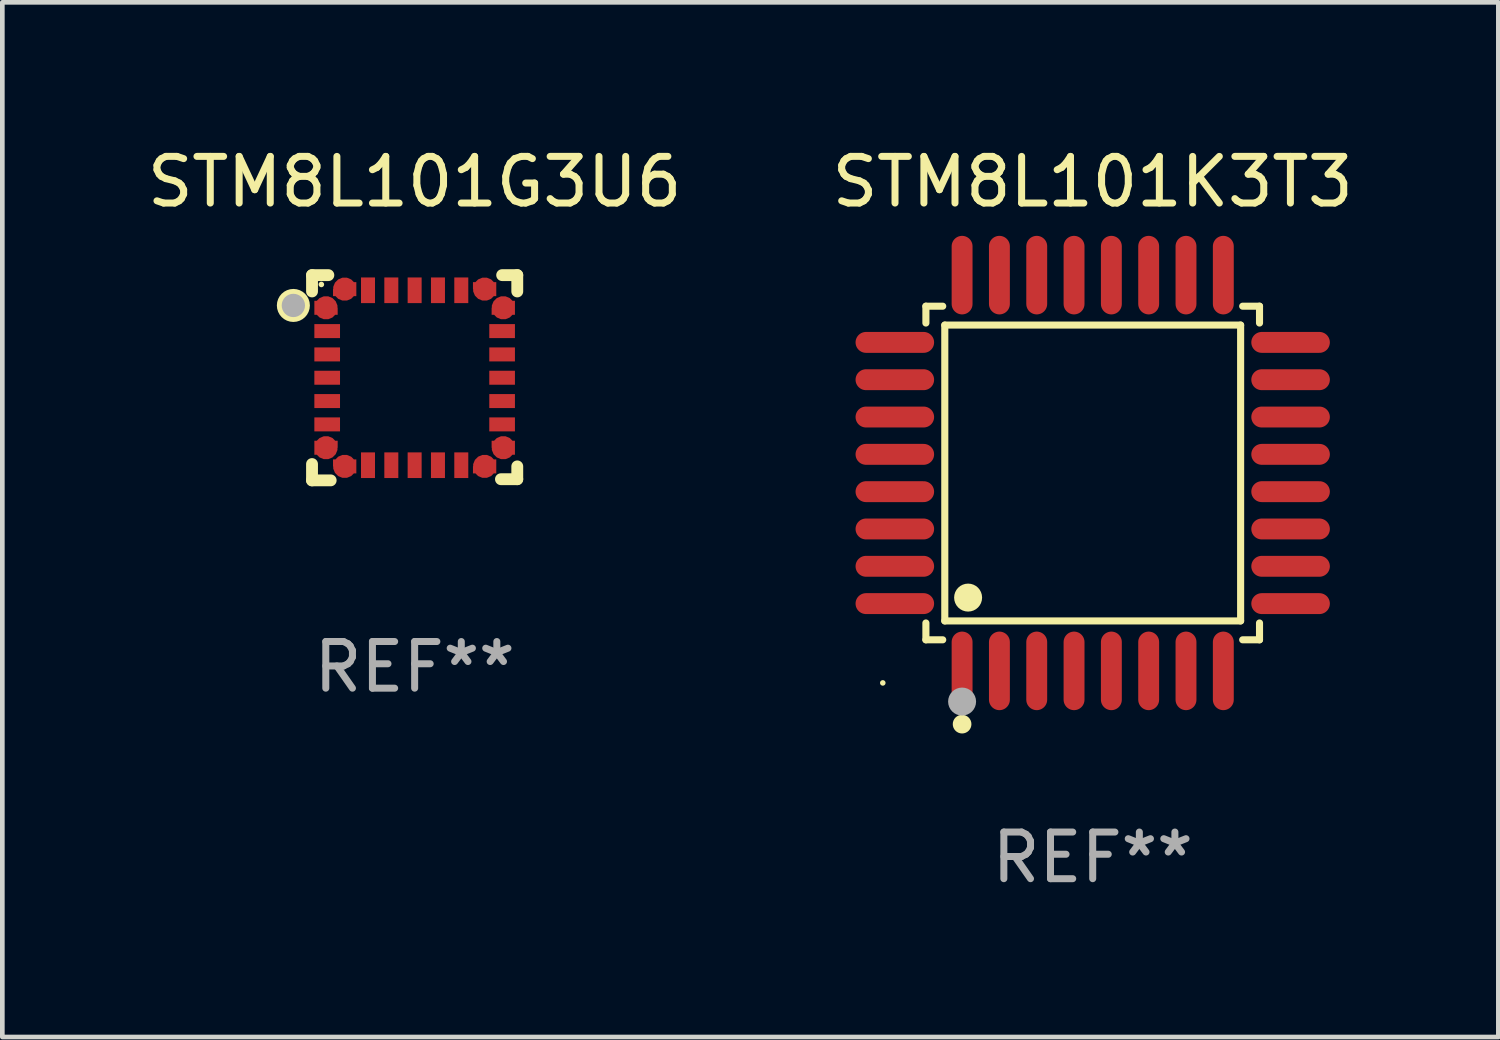
<source format=kicad_pcb>
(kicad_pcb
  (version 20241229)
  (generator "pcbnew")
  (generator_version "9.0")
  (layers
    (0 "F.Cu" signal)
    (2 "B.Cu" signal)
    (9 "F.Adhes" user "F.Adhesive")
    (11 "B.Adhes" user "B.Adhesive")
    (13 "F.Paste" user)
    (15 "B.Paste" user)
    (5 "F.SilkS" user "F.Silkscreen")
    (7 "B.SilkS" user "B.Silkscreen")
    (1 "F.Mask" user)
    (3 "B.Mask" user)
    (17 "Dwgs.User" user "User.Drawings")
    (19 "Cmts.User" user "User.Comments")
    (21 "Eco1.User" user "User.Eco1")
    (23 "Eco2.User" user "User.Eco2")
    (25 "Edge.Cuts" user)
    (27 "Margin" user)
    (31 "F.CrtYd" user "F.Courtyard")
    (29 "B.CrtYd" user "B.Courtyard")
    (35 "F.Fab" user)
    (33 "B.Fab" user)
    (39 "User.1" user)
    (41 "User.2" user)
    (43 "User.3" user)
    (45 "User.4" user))
  (footprint "STM8L101G3U6"
    (layer "F.Cu")
    (at 5.839 5.048)
    (property "Reference" "STM8L101G3U6" (at 0 -4.2 0) (layer "F.SilkS") (effects (font (size 1 1) (thickness 0.15))))
    (attr through_hole)
    (fp_line (start -2.2 1.85) (end -2.2 2.2) (stroke (width 0.254) (type solid)) (layer "F.SilkS"))
    (fp_line (start -2.2 2.2) (end -1.8 2.2) (stroke (width 0.254) (type solid)) (layer "F.SilkS"))
    (fp_line (start -2.2 -2.2) (end -2.2 -1.85) (stroke (width 0.254) (type solid)) (layer "F.SilkS"))
    (fp_line (start -1.85 -2.2) (end -2.2 -2.2) (stroke (width 0.254) (type solid)) (layer "F.SilkS"))
    (fp_line (start 1.876 -2.2) (end 2.2 -2.2) (stroke (width 0.254) (type solid)) (layer "F.SilkS"))
    (fp_line (start 2.2 -2.2) (end 2.2 -1.85) (stroke (width 0.254) (type solid)) (layer "F.SilkS"))
    (fp_line (start 2.2 1.9) (end 2.2 2.175) (stroke (width 0.254) (type solid)) (layer "F.SilkS"))
    (fp_line (start 2.2 2.175) (end 1.85 2.175) (stroke (width 0.254) (type solid)) (layer "F.SilkS"))
    (fp_circle (center -2.6 -1.55) (end -2.5 -1.55) (stroke (width 0.254) (type solid)) (fill no) (layer "F.SilkS"))
    (fp_circle (center -2 -2) (end -1.97 -2) (stroke (width 0.06) (type solid)) (fill no) (layer "F.SilkS"))
    (fp_circle (center -2.6 -1.55) (end -2.475 -1.55) (stroke (width 0.25) (type solid)) (fill no) (layer "F.Fab"))
    (fp_text user "REF**" (at 0 6.2 0) (layer "F.Fab") (effects (font (size 1 1) (thickness 0.15))))
    (pad "1" smd custom (at -1.9 -1.5) (size 0.5 0.3) (layers "F.Cu" "F.Mask" "F.Paste") (options (anchor circle)) (primitives (gr_poly (pts (xy -0.25 0.15) (xy 0.25 0.15) (xy 0.25 -0.000076) (xy 0.1 -0.15) (xy -0.25 -0.15)) (width 0) (fill yes))))
    (pad "2" smd rect (at -1.875 -1 90) (size 0.3 0.55) (layers "F.Cu" "F.Mask" "F.Paste"))
    (pad "3" smd rect (at -1.875 -0.5 90) (size 0.3 0.55) (layers "F.Cu" "F.Mask" "F.Paste"))
    (pad "4" smd rect (at -1.875 -0.000152 90) (size 0.3 0.55) (layers "F.Cu" "F.Mask" "F.Paste"))
    (pad "5" smd rect (at -1.875 0.5 90) (size 0.3 0.55) (layers "F.Cu" "F.Mask" "F.Paste"))
    (pad "6" smd rect (at -1.875 1 90) (size 0.3 0.55) (layers "F.Cu" "F.Mask" "F.Paste"))
    (pad "7" smd custom (at -1.9 1.5) (size 0.5 0.3) (layers "F.Cu" "F.Mask" "F.Paste") (options (anchor circle)) (primitives (gr_poly (pts (xy -0.25 -0.15) (xy 0.25 -0.15) (xy 0.25 -0.000102) (xy 0.1 0.15) (xy -0.25 0.15)) (width 0) (fill yes))))
    (pad "8" smd custom (at -1.5 1.9 90) (size 0.5 0.3) (layers "F.Cu" "F.Mask" "F.Paste") (options (anchor circle)) (primitives (gr_poly (pts (xy 0.15 0.25) (xy 0.15 -0.25) (xy -0.000127 -0.25) (xy -0.15 -0.1) (xy -0.15 0.25)) (width 0) (fill yes))))
    (pad "9" smd rect (at -1 1.875) (size 0.3 0.55) (layers "F.Cu" "F.Mask" "F.Paste"))
    (pad "10" smd rect (at -0.5 1.875) (size 0.3 0.55) (layers "F.Cu" "F.Mask" "F.Paste"))
    (pad "11" smd rect (at -0.000152 1.875) (size 0.3 0.55) (layers "F.Cu" "F.Mask" "F.Paste"))
    (pad "12" smd rect (at 0.5 1.875) (size 0.3 0.55) (layers "F.Cu" "F.Mask" "F.Paste"))
    (pad "13" smd rect (at 1 1.875) (size 0.3 0.55) (layers "F.Cu" "F.Mask" "F.Paste"))
    (pad "14" smd custom (at 1.5 1.9 90) (size 0.5 0.3) (layers "F.Cu" "F.Mask" "F.Paste") (options (anchor circle)) (primitives (gr_poly (pts (xy -0.15 0.25) (xy -0.15 -0.25) (xy -0.000051 -0.25) (xy 0.15 -0.1) (xy 0.15 0.25)) (width 0) (fill yes))))
    (pad "15" smd custom (at 1.9 1.5) (size 0.5 0.3) (layers "F.Cu" "F.Mask" "F.Paste") (options (anchor circle)) (primitives (gr_poly (pts (xy 0.25 -0.15) (xy -0.25 -0.15) (xy -0.25 -0.000076) (xy -0.1 0.15) (xy 0.25 0.15)) (width 0) (fill yes))))
    (pad "16" smd rect (at 1.875 1 90) (size 0.3 0.55) (layers "F.Cu" "F.Mask" "F.Paste"))
    (pad "17" smd rect (at 1.875 0.5 90) (size 0.3 0.55) (layers "F.Cu" "F.Mask" "F.Paste"))
    (pad "18" smd rect (at 1.875 -0.000152 90) (size 0.3 0.55) (layers "F.Cu" "F.Mask" "F.Paste"))
    (pad "19" smd rect (at 1.875 -0.5 90) (size 0.3 0.55) (layers "F.Cu" "F.Mask" "F.Paste"))
    (pad "20" smd rect (at 1.875 -1 90) (size 0.3 0.55) (layers "F.Cu" "F.Mask" "F.Paste"))
    (pad "21" smd custom (at 1.9 -1.5) (size 0.5 0.3) (layers "F.Cu" "F.Mask" "F.Paste") (options (anchor circle)) (primitives (gr_poly (pts (xy 0.25 0.15) (xy -0.25 0.15) (xy -0.25 -0.000102) (xy -0.1 -0.15) (xy 0.25 -0.15)) (width 0) (fill yes))))
    (pad "22" smd custom (at 1.5 -1.9 270) (size 0.5 0.3) (layers "F.Cu" "F.Mask" "F.Paste") (options (anchor circle)) (primitives (gr_poly (pts (xy -0.15 -0.25) (xy -0.15 0.25) (xy 0.000025 0.25) (xy 0.15 0.1) (xy 0.15 -0.25)) (width 0) (fill yes))))
    (pad "23" smd rect (at 1 -1.875) (size 0.3 0.55) (layers "F.Cu" "F.Mask" "F.Paste"))
    (pad "24" smd rect (at 0.5 -1.875) (size 0.3 0.55) (layers "F.Cu" "F.Mask" "F.Paste"))
    (pad "25" smd rect (at -0.000152 -1.875) (size 0.3 0.55) (layers "F.Cu" "F.Mask" "F.Paste"))
    (pad "26" smd rect (at -0.5 -1.875) (size 0.3 0.55) (layers "F.Cu" "F.Mask" "F.Paste"))
    (pad "27" smd rect (at -1 -1.875) (size 0.3 0.55) (layers "F.Cu" "F.Mask" "F.Paste"))
    (pad "28" smd custom (at -1.5 -1.9 270) (size 0.5 0.3) (layers "F.Cu" "F.Mask" "F.Paste") (options (anchor circle)) (primitives (gr_poly (pts (xy 0.15 -0.25) (xy 0.15 0.25) (xy -0.000127 0.25) (xy -0.15 0.1) (xy -0.15 -0.25)) (width 0) (fill yes)))))
  (footprint "STM8L101K3T3"
    (layer "F.Cu")
    (at 20.375 7.09)
    (property "Reference" "STM8L101K3T3" (at 0 -6.242 0) (layer "F.SilkS") (effects (font (size 1 1) (thickness 0.15))))
    (attr through_hole)
    (fp_line (start -3.576 -3.576) (end -3.215 -3.576) (stroke (width 0.152) (type solid)) (layer "F.SilkS"))
    (fp_line (start -3.576 -3.215) (end -3.576 -3.576) (stroke (width 0.152) (type solid)) (layer "F.SilkS"))
    (fp_line (start -3.576 3.215) (end -3.576 3.576) (stroke (width 0.152) (type solid)) (layer "F.SilkS"))
    (fp_line (start -3.576 3.576) (end -3.215 3.576) (stroke (width 0.152) (type solid)) (layer "F.SilkS"))
    (fp_line (start -3.171 -3.171) (end 3.171 -3.171) (stroke (width 0.152) (type solid)) (layer "F.SilkS"))
    (fp_line (start -3.171 3.171) (end -3.171 -3.171) (stroke (width 0.152) (type solid)) (layer "F.SilkS"))
    (fp_line (start 3.171 -3.171) (end 3.171 3.171) (stroke (width 0.152) (type solid)) (layer "F.SilkS"))
    (fp_line (start 3.171 3.171) (end -3.171 3.171) (stroke (width 0.152) (type solid)) (layer "F.SilkS"))
    (fp_line (start 3.576 -3.576) (end 3.215 -3.576) (stroke (width 0.152) (type solid)) (layer "F.SilkS"))
    (fp_line (start 3.576 -3.215) (end 3.576 -3.576) (stroke (width 0.152) (type solid)) (layer "F.SilkS"))
    (fp_line (start 3.576 3.215) (end 3.576 3.576) (stroke (width 0.152) (type solid)) (layer "F.SilkS"))
    (fp_line (start 3.576 3.576) (end 3.215 3.576) (stroke (width 0.152) (type solid)) (layer "F.SilkS"))
    (fp_circle (center -4.5 4.5) (end -4.47 4.5) (stroke (width 0.06) (type solid)) (fill no) (layer "F.SilkS"))
    (fp_circle (center -2.8 5.384) (end -2.7 5.384) (stroke (width 0.2) (type solid)) (fill no) (layer "F.SilkS"))
    (fp_circle (center -2.671 2.671) (end -2.521 2.671) (stroke (width 0.3) (type solid)) (fill no) (layer "F.SilkS"))
    (fp_circle (center -2.8 4.9) (end -2.65 4.9) (stroke (width 0.3) (type solid)) (fill no) (layer "F.Fab"))
    (fp_text user "REF**" (at 0 8.242 0) (layer "F.Fab") (effects (font (size 1 1) (thickness 0.15))))
    (pad "1" smd oval (at -2.8 4.242) (size 0.448 1.684) (layers "F.Cu" "F.Mask" "F.Paste"))
    (pad "2" smd oval (at -2 4.242) (size 0.448 1.684) (layers "F.Cu" "F.Mask" "F.Paste"))
    (pad "3" smd oval (at -1.2 4.242) (size 0.448 1.684) (layers "F.Cu" "F.Mask" "F.Paste"))
    (pad "4" smd oval (at -0.4 4.242) (size 0.448 1.684) (layers "F.Cu" "F.Mask" "F.Paste"))
    (pad "5" smd oval (at 0.4 4.242) (size 0.448 1.684) (layers "F.Cu" "F.Mask" "F.Paste"))
    (pad "6" smd oval (at 1.2 4.242) (size 0.448 1.684) (layers "F.Cu" "F.Mask" "F.Paste"))
    (pad "7" smd oval (at 2 4.242) (size 0.448 1.684) (layers "F.Cu" "F.Mask" "F.Paste"))
    (pad "8" smd oval (at 2.8 4.242) (size 0.448 1.684) (layers "F.Cu" "F.Mask" "F.Paste"))
    (pad "9" smd oval (at 4.242 2.8) (size 1.684 0.448) (layers "F.Cu" "F.Mask" "F.Paste"))
    (pad "10" smd oval (at 4.242 2) (size 1.684 0.448) (layers "F.Cu" "F.Mask" "F.Paste"))
    (pad "11" smd oval (at 4.242 1.2) (size 1.684 0.448) (layers "F.Cu" "F.Mask" "F.Paste"))
    (pad "12" smd oval (at 4.242 0.4) (size 1.684 0.448) (layers "F.Cu" "F.Mask" "F.Paste"))
    (pad "13" smd oval (at 4.242 -0.4) (size 1.684 0.448) (layers "F.Cu" "F.Mask" "F.Paste"))
    (pad "14" smd oval (at 4.242 -1.2) (size 1.684 0.448) (layers "F.Cu" "F.Mask" "F.Paste"))
    (pad "15" smd oval (at 4.242 -2) (size 1.684 0.448) (layers "F.Cu" "F.Mask" "F.Paste"))
    (pad "16" smd oval (at 4.242 -2.8) (size 1.684 0.448) (layers "F.Cu" "F.Mask" "F.Paste"))
    (pad "17" smd oval (at 2.8 -4.242) (size 0.448 1.684) (layers "F.Cu" "F.Mask" "F.Paste"))
    (pad "18" smd oval (at 2 -4.242) (size 0.448 1.684) (layers "F.Cu" "F.Mask" "F.Paste"))
    (pad "19" smd oval (at 1.2 -4.242) (size 0.448 1.684) (layers "F.Cu" "F.Mask" "F.Paste"))
    (pad "20" smd oval (at 0.4 -4.242) (size 0.448 1.684) (layers "F.Cu" "F.Mask" "F.Paste"))
    (pad "21" smd oval (at -0.4 -4.242) (size 0.448 1.684) (layers "F.Cu" "F.Mask" "F.Paste"))
    (pad "22" smd oval (at -1.2 -4.242) (size 0.448 1.684) (layers "F.Cu" "F.Mask" "F.Paste"))
    (pad "23" smd oval (at -2 -4.242) (size 0.448 1.684) (layers "F.Cu" "F.Mask" "F.Paste"))
    (pad "24" smd oval (at -2.8 -4.242) (size 0.448 1.684) (layers "F.Cu" "F.Mask" "F.Paste"))
    (pad "25" smd oval (at -4.242 -2.8) (size 1.684 0.448) (layers "F.Cu" "F.Mask" "F.Paste"))
    (pad "26" smd oval (at -4.242 -2) (size 1.684 0.448) (layers "F.Cu" "F.Mask" "F.Paste"))
    (pad "27" smd oval (at -4.242 -1.2) (size 1.684 0.448) (layers "F.Cu" "F.Mask" "F.Paste"))
    (pad "28" smd oval (at -4.242 -0.4) (size 1.684 0.448) (layers "F.Cu" "F.Mask" "F.Paste"))
    (pad "29" smd oval (at -4.242 0.4) (size 1.684 0.448) (layers "F.Cu" "F.Mask" "F.Paste"))
    (pad "30" smd oval (at -4.242 1.2) (size 1.684 0.448) (layers "F.Cu" "F.Mask" "F.Paste"))
    (pad "31" smd oval (at -4.242 2) (size 1.684 0.448) (layers "F.Cu" "F.Mask" "F.Paste"))
    (pad "32" smd oval (at -4.242 2.8) (size 1.684 0.448) (layers "F.Cu" "F.Mask" "F.Paste")))
  (gr_rect
    (start -3 -3)
    (end 29.071 19.181)
    (stroke (width 0.1) (type default))
    (fill no)
    (layer "Edge.Cuts")))
</source>
